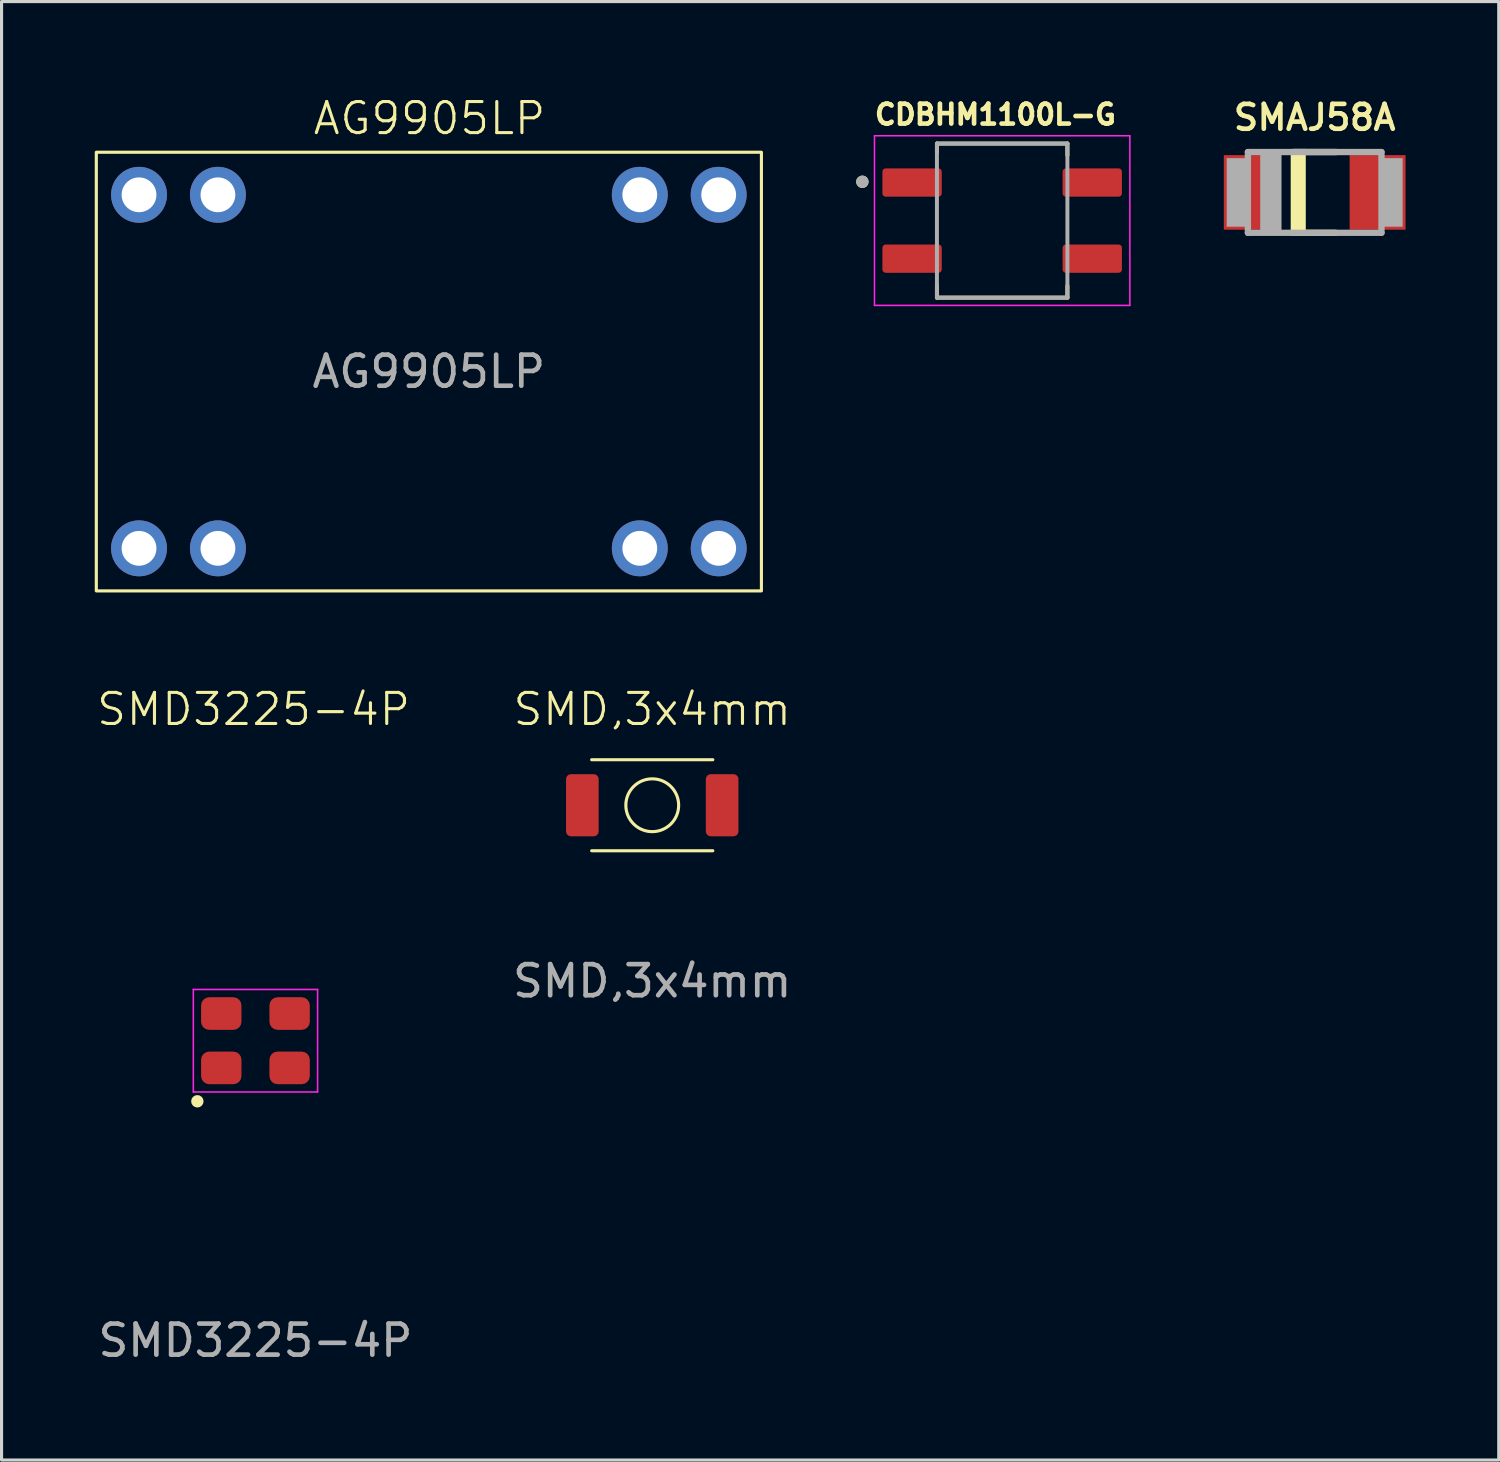
<source format=kicad_pcb>
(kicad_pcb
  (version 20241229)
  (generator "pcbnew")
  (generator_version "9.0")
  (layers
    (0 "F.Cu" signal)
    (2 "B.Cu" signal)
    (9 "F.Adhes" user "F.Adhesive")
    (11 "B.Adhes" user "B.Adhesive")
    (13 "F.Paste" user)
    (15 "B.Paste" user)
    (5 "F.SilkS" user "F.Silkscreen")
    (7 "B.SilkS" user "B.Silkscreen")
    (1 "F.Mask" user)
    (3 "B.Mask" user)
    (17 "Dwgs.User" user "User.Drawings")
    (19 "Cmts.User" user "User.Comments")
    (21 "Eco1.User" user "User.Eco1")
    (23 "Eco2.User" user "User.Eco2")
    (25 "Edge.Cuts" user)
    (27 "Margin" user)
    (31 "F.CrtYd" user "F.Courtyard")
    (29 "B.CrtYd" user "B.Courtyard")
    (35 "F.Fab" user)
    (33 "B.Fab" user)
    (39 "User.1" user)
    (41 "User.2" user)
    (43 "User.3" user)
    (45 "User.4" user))
  (footprint "SMD3225-4P"
    (layer "F.Cu")
    (at 5.173 30.451)
    (property "Reference" "SMD3225-4P" (at -0.06 -10.67 0) (unlocked yes) (layer "F.SilkS") (effects (font (size 1 1) (thickness 0.1))))
    (attr smd)
    (fp_circle (center -1.87 1.95) (end -1.77 1.95) (stroke (width 0.2) (type solid)) (fill no) (layer "F.SilkS"))
    (fp_line (start -2 -1.65) (end 2 -1.65) (stroke (width 0.05) (type solid)) (layer "F.CrtYd"))
    (fp_line (start -2 1.65) (end -2 -1.65) (stroke (width 0.05) (type solid)) (layer "F.CrtYd"))
    (fp_line (start 2 -1.65) (end 2 1.65) (stroke (width 0.05) (type solid)) (layer "F.CrtYd"))
    (fp_line (start 2 1.65) (end -2 1.65) (stroke (width 0.05) (type solid)) (layer "F.CrtYd"))
    (fp_text user "${REFERENCE}" (at 0 9.65 0) (unlocked yes) (layer "F.Fab") (effects (font (size 1 1) (thickness 0.15))))
    (pad "1" smd roundrect (at -1.1 0.875) (size 1.3 1.05) (layers "F.Cu" "F.Mask" "F.Paste") (roundrect_rratio 0.25))
    (pad "2" smd roundrect (at 1.1 0.875) (size 1.3 1.05) (layers "F.Cu" "F.Mask" "F.Paste") (roundrect_rratio 0.25))
    (pad "3" smd roundrect (at 1.1 -0.875) (size 1.3 1.05) (layers "F.Cu" "F.Mask" "F.Paste") (roundrect_rratio 0.25))
    (pad "4" smd roundrect (at -1.1 -0.875) (size 1.3 1.05) (layers "F.Cu" "F.Mask" "F.Paste") (roundrect_rratio 0.25)))
  (footprint "SMAJ58A"
    (layer "F.Cu")
    (at 39.27 3.144)
    (property "Reference" "SMAJ58A" (at 0 -2.413 0) (layer "F.SilkS") (effects (font (size 0.8 0.8) (thickness 0.15))))
    (attr smd)
    (fp_line (start -0.67 -1.3) (end 0.7 -1.3) (stroke (width 0.203) (type solid)) (layer "F.SilkS"))
    (fp_line (start 0.67 1.3) (end -0.67 1.3) (stroke (width 0.203) (type solid)) (layer "F.SilkS"))
    (fp_poly (pts (xy -0.765 -1.395) (xy -0.29 -1.395) (xy -0.29 1.395) (xy -0.765 1.395)) (stroke (width 0.01) (type solid)) (fill yes) (layer "F.SilkS"))
    (fp_line (start -2.15 -1.3) (end 2.15 -1.3) (stroke (width 0.203) (type solid)) (layer "F.Fab"))
    (fp_line (start -2.15 1.3) (end -2.15 -1.3) (stroke (width 0.203) (type solid)) (layer "F.Fab"))
    (fp_line (start 2.15 -1.3) (end 2.15 1.3) (stroke (width 0.203) (type solid)) (layer "F.Fab"))
    (fp_line (start 2.15 1.3) (end -2.15 1.3) (stroke (width 0.203) (type solid)) (layer "F.Fab"))
    (fp_poly (pts (xy -2.825 -1.1) (xy -2.175 -1.1) (xy -2.175 1.1) (xy -2.825 1.1)) (stroke (width 0.01) (type solid)) (fill yes) (layer "F.Fab"))
    (fp_poly (pts (xy -1.75 -1.225) (xy -1.075 -1.225) (xy -1.075 1.225) (xy -1.75 1.225)) (stroke (width 0.01) (type solid)) (fill yes) (layer "F.Fab"))
    (fp_poly (pts (xy 2.175 -1.1) (xy 2.825 -1.1) (xy 2.825 1.1) (xy 2.175 1.1)) (stroke (width 0.01) (type solid)) (fill yes) (layer "F.Fab"))
    (pad "A" smd rect (at 2.025 0) (size 1.8 2.4) (layers "F.Cu" "F.Mask" "F.Paste"))
    (pad "C" smd rect (at -2.025 0) (size 1.8 2.4) (layers "F.Cu" "F.Mask" "F.Paste")))
  (footprint "SMD,3x4mm"
    (layer "F.Cu")
    (at 17.946 22.871)
    (property "Reference" "SMD,3x4mm" (at 0 -3.09 0) (unlocked yes) (layer "F.SilkS") (effects (font (size 1 1) (thickness 0.1))))
    (attr through_hole)
    (fp_line (start -1.95 -1.465) (end 1.95 -1.465) (stroke (width 0.1) (type default)) (layer "F.SilkS"))
    (fp_line (start -1.95 1.465) (end 1.95 1.465) (stroke (width 0.1) (type default)) (layer "F.SilkS"))
    (fp_circle (center 0 0) (end 0.85 0) (stroke (width 0.1) (type solid)) (fill no) (layer "F.SilkS"))
    (fp_text user "${REFERENCE}" (at 0 5.66 0) (unlocked yes) (layer "F.Fab") (effects (font (size 1 1) (thickness 0.15))))
    (pad "1" smd roundrect (at -2.25 0 90) (size 2 1.05) (layers "F.Cu" "F.Mask" "F.Paste") (roundrect_rratio 0.15))
    (pad "2" smd roundrect (at 2.25 0 90) (size 2 1.05) (layers "F.Cu" "F.Mask" "F.Paste") (roundrect_rratio 0.15)))
  (footprint "CDBHM1100L-G"
    (layer "F.Cu")
    (at 29.21 4.051)
    (property "Reference" "CDBHM1100L-G" (at -0.218 -3.412 0) (layer "F.SilkS") (effects (font (size 0.641 0.641) (thickness 0.15))))
    (attr smd)
    (fp_line (start -2.1 -2.48) (end 2.1 -2.48) (stroke (width 0.127) (type solid)) (layer "F.SilkS"))
    (fp_line (start -2.1 -2.2) (end -2.1 -2.48) (stroke (width 0.127) (type solid)) (layer "F.SilkS"))
    (fp_line (start -2.1 2.1) (end -2.1 2.48) (stroke (width 0.127) (type solid)) (layer "F.SilkS"))
    (fp_line (start -2.1 2.48) (end 2.1 2.48) (stroke (width 0.127) (type solid)) (layer "F.SilkS"))
    (fp_line (start 2.1 -2.48) (end 2.1 -2.1) (stroke (width 0.127) (type solid)) (layer "F.SilkS"))
    (fp_line (start 2.1 2.48) (end 2.1 2.1) (stroke (width 0.127) (type solid)) (layer "F.SilkS"))
    (fp_circle (center -4.5 -1.25) (end -4.4 -1.25) (stroke (width 0.2) (type solid)) (fill no) (layer "F.SilkS"))
    (fp_line (start -4.11 -2.73) (end -4.11 2.73) (stroke (width 0.05) (type solid)) (layer "F.CrtYd"))
    (fp_line (start -4.11 2.73) (end 4.11 2.73) (stroke (width 0.05) (type solid)) (layer "F.CrtYd"))
    (fp_line (start 4.11 -2.73) (end -4.11 -2.73) (stroke (width 0.05) (type solid)) (layer "F.CrtYd"))
    (fp_line (start 4.11 2.73) (end 4.11 -2.73) (stroke (width 0.05) (type solid)) (layer "F.CrtYd"))
    (fp_line (start -2.1 -2.48) (end 2.1 -2.48) (stroke (width 0.127) (type solid)) (layer "F.Fab"))
    (fp_line (start -2.1 2.48) (end -2.1 -2.48) (stroke (width 0.127) (type solid)) (layer "F.Fab"))
    (fp_line (start 2.1 -2.48) (end 2.1 2.48) (stroke (width 0.127) (type solid)) (layer "F.Fab"))
    (fp_line (start 2.1 2.48) (end -2.1 2.48) (stroke (width 0.127) (type solid)) (layer "F.Fab"))
    (fp_circle (center -4.5 -1.25) (end -4.4 -1.25) (stroke (width 0.2) (type solid)) (fill no) (layer "F.Fab"))
    (pad "1" smd roundrect (at -2.9 -1.225) (size 1.91 0.91) (layers "F.Cu" "F.Mask" "F.Paste") (roundrect_rratio 0.115))
    (pad "2" smd roundrect (at -2.9 1.225) (size 1.91 0.91) (layers "F.Cu" "F.Mask" "F.Paste") (roundrect_rratio 0.115))
    (pad "3" smd roundrect (at 2.9 1.225) (size 1.91 0.91) (layers "F.Cu" "F.Mask" "F.Paste") (roundrect_rratio 0.115))
    (pad "4" smd roundrect (at 2.9 -1.225) (size 1.91 0.91) (layers "F.Cu" "F.Mask" "F.Paste") (roundrect_rratio 0.115)))
  (footprint "AG9905LP"
    (layer "F.Cu")
    (at 10.755 8.911)
    (property "Reference" "AG9905LP" (at 0.02 -8.15 0) (unlocked yes) (layer "F.SilkS") (effects (font (size 1 1) (thickness 0.1))))
    (attr through_hole)
    (fp_rect (start -10.705 -7.06) (end 10.705 7.06) (stroke (width 0.1) (type solid)) (fill no) (layer "F.SilkS"))
    (fp_text user "${REFERENCE}" (at 0 0 0) (unlocked yes) (layer "F.Fab") (effects (font (size 1 1) (thickness 0.15))))
    (pad "1" thru_hole circle (at -9.33 5.69) (size 1.8 1.8) (drill 1.12) (layers "*.Cu" "*.Mask"))
    (pad "1" thru_hole circle (at -6.79 5.69) (size 1.8 1.8) (drill 1.12) (layers "*.Cu" "*.Mask"))
    (pad "2" thru_hole circle (at 6.79 5.69) (size 1.8 1.8) (drill 1.12) (layers "*.Cu" "*.Mask"))
    (pad "3" thru_hole circle (at 9.33 5.69) (size 1.8 1.8) (drill 1.12) (layers "*.Cu" "*.Mask"))
    (pad "4" thru_hole circle (at -9.33 -5.69) (size 1.8 1.8) (drill 1.12) (layers "*.Cu" "*.Mask"))
    (pad "4" thru_hole circle (at -6.79 -5.69) (size 1.8 1.8) (drill 1.12) (layers "*.Cu" "*.Mask"))
    (pad "5" thru_hole circle (at 6.79 -5.69) (size 1.8 1.8) (drill 1.12) (layers "*.Cu" "*.Mask"))
    (pad "5" thru_hole circle (at 9.33 -5.69) (size 1.8 1.8) (drill 1.12) (layers "*.Cu" "*.Mask")))
  (gr_rect
    (start -3 -3)
    (end 45.195 43.949)
    (stroke (width 0.1) (type default))
    (fill no)
    (layer "Edge.Cuts")))
</source>
